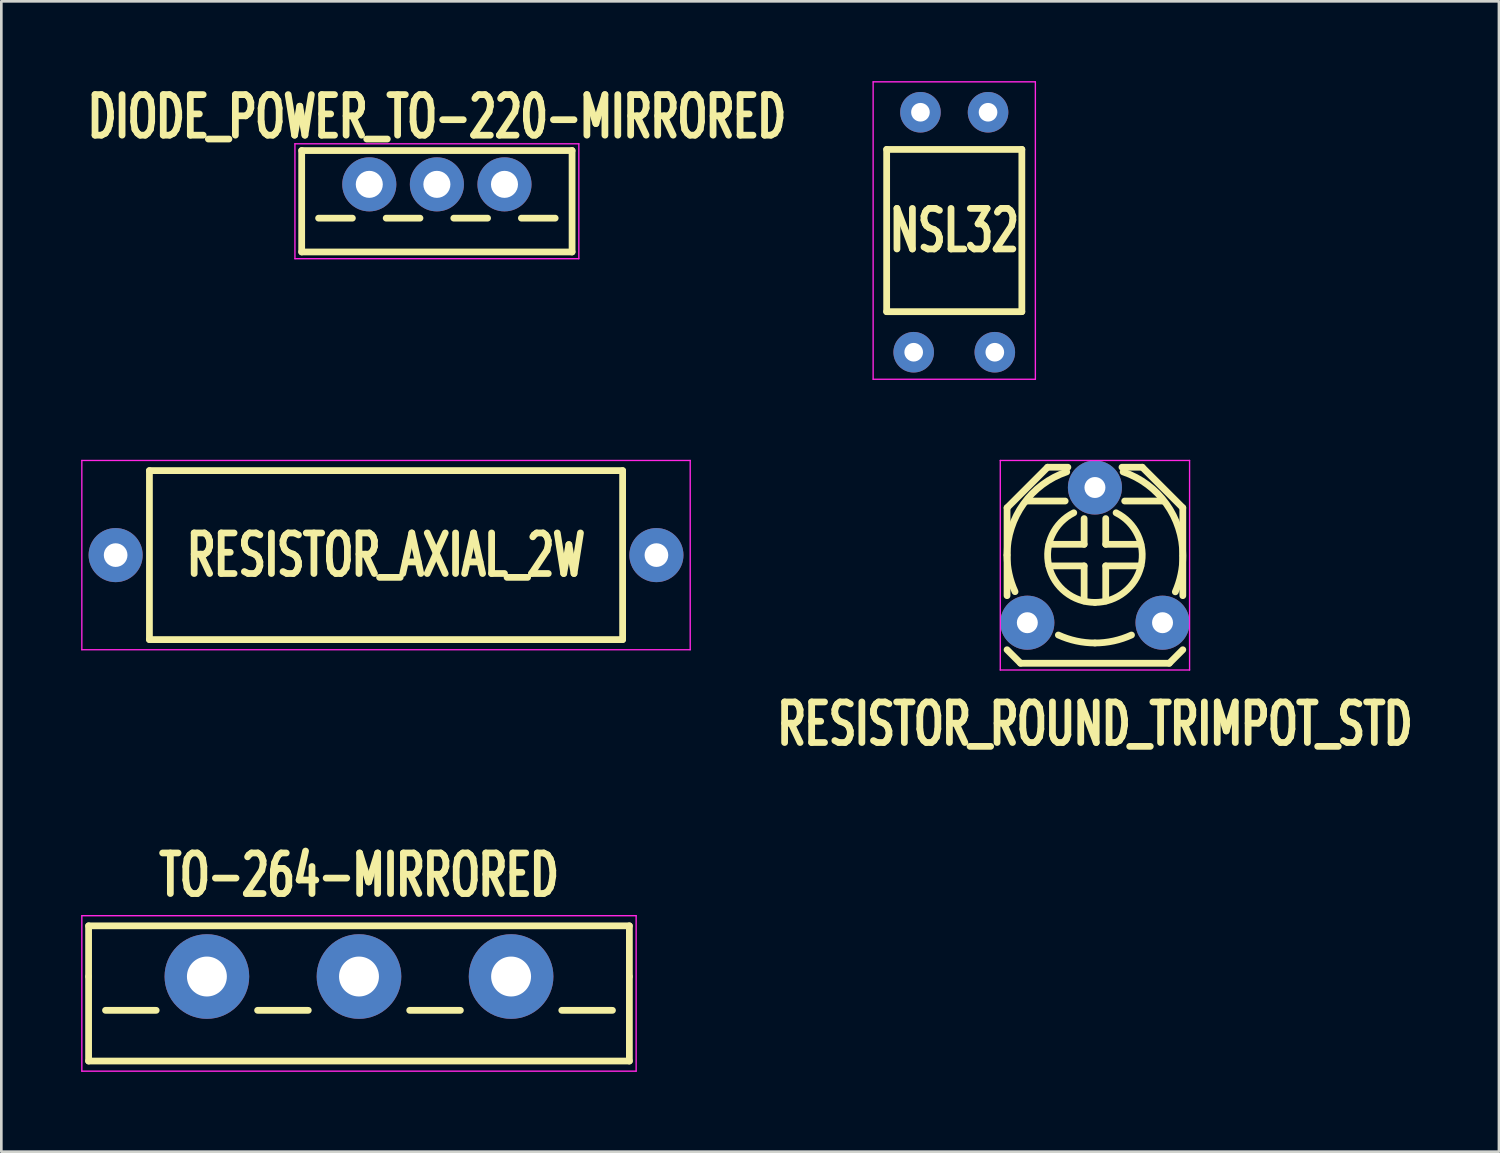
<source format=kicad_pcb>
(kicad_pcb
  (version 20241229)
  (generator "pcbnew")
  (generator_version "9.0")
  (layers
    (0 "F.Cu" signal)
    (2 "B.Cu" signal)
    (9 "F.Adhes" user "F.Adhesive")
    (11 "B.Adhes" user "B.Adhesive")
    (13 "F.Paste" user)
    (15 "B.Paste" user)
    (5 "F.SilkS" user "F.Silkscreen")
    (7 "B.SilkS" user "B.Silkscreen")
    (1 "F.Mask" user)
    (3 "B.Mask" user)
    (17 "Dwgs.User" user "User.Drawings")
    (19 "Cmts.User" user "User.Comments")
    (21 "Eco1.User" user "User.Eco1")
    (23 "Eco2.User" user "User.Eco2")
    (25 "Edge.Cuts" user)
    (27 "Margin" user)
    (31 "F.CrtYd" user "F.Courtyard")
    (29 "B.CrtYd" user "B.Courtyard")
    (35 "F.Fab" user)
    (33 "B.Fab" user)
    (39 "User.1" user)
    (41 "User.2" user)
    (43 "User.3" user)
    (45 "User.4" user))
  (footprint "TO-264-MIRRORED"
    (layer "F.Cu")
    (at 10.439 33.643)
    (property "Reference" "TO-264-MIRRORED" (at 0 -3.81 0) (layer "F.SilkS") (effects (font (size 1.524 1.016) (thickness 0.254))))
    (attr through_hole)
    (fp_line (start -10.16 -1.905) (end -10.16 0) (stroke (width 0.254) (type solid)) (layer "F.SilkS"))
    (fp_line (start -10.16 -1.905) (end 10.16 -1.905) (stroke (width 0.254) (type solid)) (layer "F.SilkS"))
    (fp_line (start -10.16 3.175) (end -10.16 0) (stroke (width 0.254) (type solid)) (layer "F.SilkS"))
    (fp_line (start -10.16 3.175) (end 10.16 3.175) (stroke (width 0.254) (type solid)) (layer "F.SilkS"))
    (fp_line (start -7.62 1.27) (end -9.525 1.27) (stroke (width 0.254) (type solid)) (layer "F.SilkS"))
    (fp_line (start -1.905 1.27) (end -3.81 1.27) (stroke (width 0.254) (type solid)) (layer "F.SilkS"))
    (fp_line (start 1.905 1.27) (end 3.81 1.27) (stroke (width 0.254) (type solid)) (layer "F.SilkS"))
    (fp_line (start 7.62 1.27) (end 9.525 1.27) (stroke (width 0.254) (type solid)) (layer "F.SilkS"))
    (fp_line (start 10.16 0) (end 10.16 -1.905) (stroke (width 0.254) (type solid)) (layer "F.SilkS"))
    (fp_line (start 10.16 0) (end 10.16 3.175) (stroke (width 0.254) (type solid)) (layer "F.SilkS"))
    (fp_line (start -10.414 -2.286) (end 10.414 -2.286) (stroke (width 0.051) (type solid)) (layer "F.CrtYd"))
    (fp_line (start -10.414 3.556) (end -10.414 -2.286) (stroke (width 0.051) (type solid)) (layer "F.CrtYd"))
    (fp_line (start 10.414 -2.286) (end 10.414 3.556) (stroke (width 0.051) (type solid)) (layer "F.CrtYd"))
    (fp_line (start 10.414 3.556) (end -10.414 3.556) (stroke (width 0.051) (type solid)) (layer "F.CrtYd"))
    (pad "1" thru_hole circle (at 0 0) (size 3.18 3.18) (drill 1.5) (layers "*.Cu" "*.Mask"))
    (pad "2" thru_hole circle (at -5.715 0) (size 3.18 3.18) (drill 1.5) (layers "*.Cu" "*.Mask"))
    (pad "3" thru_hole circle (at 5.715 0) (size 3.18 3.18) (drill 1.5) (layers "*.Cu" "*.Mask")))
  (footprint "DIODE_POWER_TO-220-MIRRORED"
    (layer "F.Cu")
    (at 13.366 3.877)
    (property "Reference" "DIODE_POWER_TO-220-MIRRORED" (at 0 -2.54 0) (layer "F.SilkS") (effects (font (size 1.524 1.016) (thickness 0.254))))
    (attr through_hole)
    (fp_line (start -5.08 -1.27) (end -5.08 2.54) (stroke (width 0.254) (type solid)) (layer "F.SilkS"))
    (fp_line (start -5.08 -1.27) (end 5.08 -1.27) (stroke (width 0.254) (type solid)) (layer "F.SilkS"))
    (fp_line (start -4.445 1.27) (end -3.175 1.27) (stroke (width 0.254) (type solid)) (layer "F.SilkS"))
    (fp_line (start -1.905 1.27) (end -0.635 1.27) (stroke (width 0.254) (type solid)) (layer "F.SilkS"))
    (fp_line (start 0.635 1.27) (end 1.905 1.27) (stroke (width 0.254) (type solid)) (layer "F.SilkS"))
    (fp_line (start 3.175 1.27) (end 4.445 1.27) (stroke (width 0.254) (type solid)) (layer "F.SilkS"))
    (fp_line (start 5.08 2.54) (end -5.08 2.54) (stroke (width 0.254) (type solid)) (layer "F.SilkS"))
    (fp_line (start 5.08 2.54) (end 5.08 -1.27) (stroke (width 0.254) (type solid)) (layer "F.SilkS"))
    (fp_line (start -5.334 -1.524) (end -5.334 2.794) (stroke (width 0.051) (type solid)) (layer "F.CrtYd"))
    (fp_line (start -5.334 2.794) (end 5.334 2.794) (stroke (width 0.051) (type solid)) (layer "F.CrtYd"))
    (fp_line (start 5.334 -1.524) (end -5.334 -1.524) (stroke (width 0.051) (type solid)) (layer "F.CrtYd"))
    (fp_line (start 5.334 2.794) (end 5.334 -1.524) (stroke (width 0.051) (type solid)) (layer "F.CrtYd"))
    (pad "1" thru_hole circle (at -2.54 0) (size 2.032 2.032) (drill 1.016) (layers "*.Cu" "*.Mask"))
    (pad "1" thru_hole circle (at 2.54 0) (size 2.032 2.032) (drill 1.016) (layers "*.Cu" "*.Mask"))
    (pad "2" thru_hole circle (at 0 0) (size 2.032 2.032) (drill 1.016) (layers "*.Cu" "*.Mask")))
  (footprint "RESISTOR_AXIAL_2W"
    (layer "F.Cu")
    (at 11.455 17.808)
    (property "Reference" "RESISTOR_AXIAL_2W" (at 0 0 0) (layer "F.SilkS") (effects (font (size 1.524 1.016) (thickness 0.254))))
    (attr through_hole)
    (fp_line (start -8.89 -3.175) (end -8.89 3.175) (stroke (width 0.254) (type solid)) (layer "F.SilkS"))
    (fp_line (start -8.89 3.175) (end 8.89 3.175) (stroke (width 0.254) (type solid)) (layer "F.SilkS"))
    (fp_line (start 8.89 -3.175) (end -8.89 -3.175) (stroke (width 0.254) (type solid)) (layer "F.SilkS"))
    (fp_line (start 8.89 3.175) (end 8.89 -3.175) (stroke (width 0.254) (type solid)) (layer "F.SilkS"))
    (fp_line (start -11.43 -3.556) (end 11.43 -3.556) (stroke (width 0.051) (type solid)) (layer "F.CrtYd"))
    (fp_line (start -11.43 3.556) (end -11.43 -3.556) (stroke (width 0.051) (type solid)) (layer "F.CrtYd"))
    (fp_line (start 11.43 -3.556) (end 11.43 3.556) (stroke (width 0.051) (type solid)) (layer "F.CrtYd"))
    (fp_line (start 11.43 3.556) (end -11.43 3.556) (stroke (width 0.051) (type solid)) (layer "F.CrtYd"))
    (pad "1" thru_hole circle (at -10.16 0) (size 2.032 2.032) (drill 0.889) (layers "*.Cu" "*.Mask"))
    (pad "2" thru_hole circle (at 10.16 0) (size 2.032 2.032) (drill 0.889) (layers "*.Cu" "*.Mask")))
  (footprint "NSL32"
    (layer "F.Cu")
    (at 32.806 5.613)
    (property "Reference" "NSL32" (at 0 0 0) (layer "F.SilkS") (effects (font (size 1.524 1.016) (thickness 0.254))))
    (attr through_hole)
    (fp_line (start -2.54 -3.048) (end -2.54 3.048) (stroke (width 0.254) (type solid)) (layer "F.SilkS"))
    (fp_line (start -2.54 3.048) (end 2.54 3.048) (stroke (width 0.254) (type solid)) (layer "F.SilkS"))
    (fp_line (start 2.54 -3.048) (end -2.54 -3.048) (stroke (width 0.254) (type solid)) (layer "F.SilkS"))
    (fp_line (start 2.54 3.048) (end 2.54 -3.048) (stroke (width 0.254) (type solid)) (layer "F.SilkS"))
    (fp_line (start -3.048 -5.588) (end 3.048 -5.588) (stroke (width 0.051) (type solid)) (layer "F.CrtYd"))
    (fp_line (start -3.048 5.588) (end -3.048 -5.588) (stroke (width 0.051) (type solid)) (layer "F.CrtYd"))
    (fp_line (start 3.048 -5.588) (end 3.048 5.588) (stroke (width 0.051) (type solid)) (layer "F.CrtYd"))
    (fp_line (start 3.048 5.588) (end -3.048 5.588) (stroke (width 0.051) (type solid)) (layer "F.CrtYd"))
    (pad "1" thru_hole circle (at 1.524 4.572) (size 1.524 1.524) (drill 0.7) (layers "*.Cu" "*.Mask"))
    (pad "2" thru_hole circle (at -1.524 4.572) (size 1.524 1.524) (drill 0.7) (layers "*.Cu" "*.Mask"))
    (pad "3" thru_hole circle (at -1.27 -4.445) (size 1.524 1.524) (drill 0.7) (layers "*.Cu" "*.Mask"))
    (pad "4" thru_hole circle (at 1.27 -4.445) (size 1.524 1.524) (drill 0.7) (layers "*.Cu" "*.Mask")))
  (footprint "RESISTOR_ROUND_TRIMPOT_STD"
    (layer "F.Cu")
    (at 38.092 17.808)
    (property "Reference" "RESISTOR_ROUND_TRIMPOT_STD" (at 0 6.35 0) (layer "F.SilkS") (effects (font (size 1.524 1.016) (thickness 0.254))))
    (attr through_hole)
    (fp_line (start -3.302 -1.778) (end -3.302 1.524) (stroke (width 0.254) (type solid)) (layer "F.SilkS"))
    (fp_line (start -3.302 -1.778) (end -1.778 -3.302) (stroke (width 0.254) (type solid)) (layer "F.SilkS"))
    (fp_line (start -2.794 4.064) (end -3.302 3.556) (stroke (width 0.254) (type solid)) (layer "F.SilkS"))
    (fp_line (start -2.54 -2.032) (end -1.118 -2.032) (stroke (width 0.254) (type solid)) (layer "F.SilkS"))
    (fp_line (start -1.778 -3.302) (end -1.016 -3.302) (stroke (width 0.254) (type solid)) (layer "F.SilkS"))
    (fp_line (start -0.406 -0.406) (end -1.727 -0.406) (stroke (width 0.254) (type solid)) (layer "F.SilkS"))
    (fp_line (start -0.406 -0.406) (end -0.406 -1.372) (stroke (width 0.254) (type solid)) (layer "F.SilkS"))
    (fp_line (start -0.406 0.406) (end -1.727 0.406) (stroke (width 0.254) (type solid)) (layer "F.SilkS"))
    (fp_line (start -0.406 0.406) (end -0.406 1.727) (stroke (width 0.254) (type solid)) (layer "F.SilkS"))
    (fp_line (start 0.406 -0.406) (end 0.406 -1.372) (stroke (width 0.254) (type solid)) (layer "F.SilkS"))
    (fp_line (start 0.406 -0.406) (end 1.727 -0.406) (stroke (width 0.254) (type solid)) (layer "F.SilkS"))
    (fp_line (start 0.406 0.406) (end 0.406 1.727) (stroke (width 0.254) (type solid)) (layer "F.SilkS"))
    (fp_line (start 0.406 0.406) (end 1.727 0.406) (stroke (width 0.254) (type solid)) (layer "F.SilkS"))
    (fp_line (start 1.016 -3.302) (end 1.778 -3.302) (stroke (width 0.254) (type solid)) (layer "F.SilkS"))
    (fp_line (start 1.118 -2.032) (end 2.54 -2.032) (stroke (width 0.254) (type solid)) (layer "F.SilkS"))
    (fp_line (start 1.778 -3.302) (end 3.302 -1.778) (stroke (width 0.254) (type solid)) (layer "F.SilkS"))
    (fp_line (start 2.794 4.064) (end -2.794 4.064) (stroke (width 0.254) (type solid)) (layer "F.SilkS"))
    (fp_line (start 2.794 4.064) (end 3.302 3.556) (stroke (width 0.254) (type solid)) (layer "F.SilkS"))
    (fp_line (start 3.302 -1.778) (end 3.302 1.524) (stroke (width 0.254) (type solid)) (layer "F.SilkS"))
    (fp_arc (start -3.302 0) (mid -2.683377 -1.924237) (end -1.059305 -3.127471) (stroke (width 0.254) (type solid)) (layer "F.SilkS"))
    (fp_arc (start -3.002535 1.374041) (mid -3.226265 0.703148) (end -3.302 0) (stroke (width 0.254) (type solid)) (layer "F.SilkS"))
    (fp_arc (start 0 1.778) (mid -1.730437 0.408501) (end -0.795146 -1.590292) (stroke (width 0.254) (type solid)) (layer "F.SilkS"))
    (fp_arc (start 0 3.302) (mid -0.703148 3.226265) (end -1.374041 3.002535) (stroke (width 0.254) (type solid)) (layer "F.SilkS"))
    (fp_arc (start 0.795146 -1.590292) (mid 1.730437 0.408501) (end 0 1.778) (stroke (width 0.254) (type solid)) (layer "F.SilkS"))
    (fp_arc (start 1.059305 -3.127471) (mid 2.683377 -1.924237) (end 3.302 0) (stroke (width 0.254) (type solid)) (layer "F.SilkS"))
    (fp_arc (start 1.374041 3.002535) (mid 0.703148 3.226265) (end 0 3.302) (stroke (width 0.254) (type solid)) (layer "F.SilkS"))
    (fp_arc (start 3.302 0.047301) (mid 3.230979 0.728461) (end 3.020971 1.38032) (stroke (width 0.254) (type solid)) (layer "F.SilkS"))
    (fp_line (start -3.556 -3.556) (end -3.556 4.318) (stroke (width 0.051) (type solid)) (layer "F.CrtYd"))
    (fp_line (start -3.556 4.318) (end 3.556 4.318) (stroke (width 0.051) (type solid)) (layer "F.CrtYd"))
    (fp_line (start 3.556 -3.556) (end -3.556 -3.556) (stroke (width 0.051) (type solid)) (layer "F.CrtYd"))
    (fp_line (start 3.556 4.318) (end 3.556 -3.556) (stroke (width 0.051) (type solid)) (layer "F.CrtYd"))
    (pad "1" thru_hole circle (at -2.54 2.54) (size 2.032 2.032) (drill 0.787) (layers "*.Cu" "*.Mask"))
    (pad "2" thru_hole circle (at 0 -2.54) (size 2.032 2.032) (drill 0.787) (layers "*.Cu" "*.Mask"))
    (pad "3" thru_hole circle (at 2.54 2.54) (size 2.032 2.032) (drill 0.787) (layers "*.Cu" "*.Mask")))
  (gr_rect
    (start -3 -3)
    (end 53.273 40.224)
    (stroke (width 0.1) (type default))
    (fill no)
    (layer "Edge.Cuts")))
</source>
